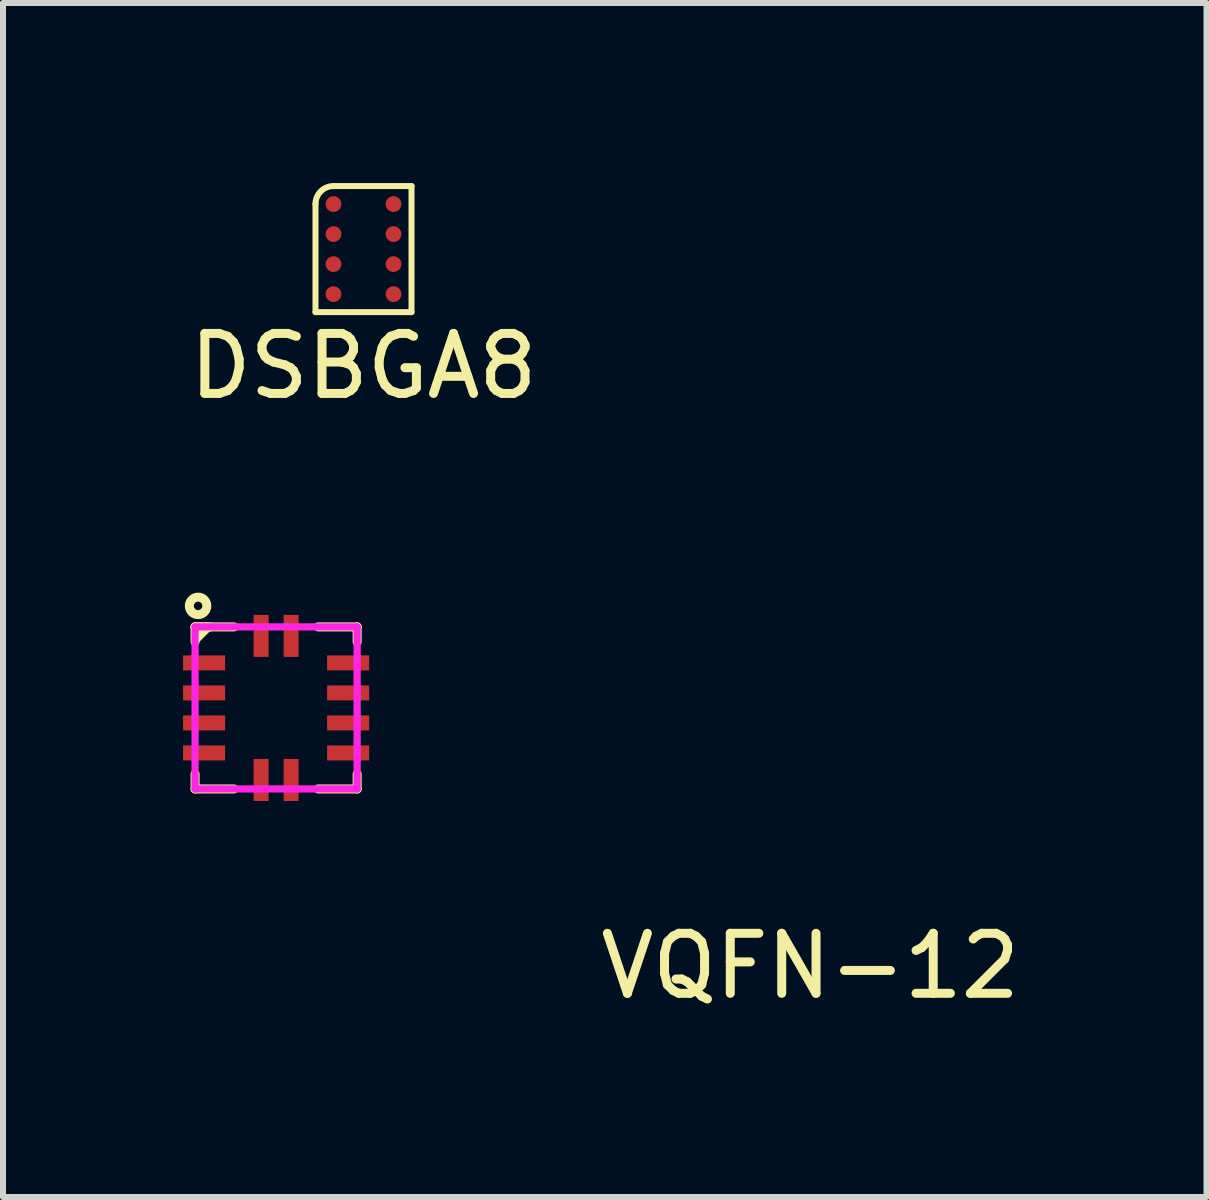
<source format=kicad_pcb>
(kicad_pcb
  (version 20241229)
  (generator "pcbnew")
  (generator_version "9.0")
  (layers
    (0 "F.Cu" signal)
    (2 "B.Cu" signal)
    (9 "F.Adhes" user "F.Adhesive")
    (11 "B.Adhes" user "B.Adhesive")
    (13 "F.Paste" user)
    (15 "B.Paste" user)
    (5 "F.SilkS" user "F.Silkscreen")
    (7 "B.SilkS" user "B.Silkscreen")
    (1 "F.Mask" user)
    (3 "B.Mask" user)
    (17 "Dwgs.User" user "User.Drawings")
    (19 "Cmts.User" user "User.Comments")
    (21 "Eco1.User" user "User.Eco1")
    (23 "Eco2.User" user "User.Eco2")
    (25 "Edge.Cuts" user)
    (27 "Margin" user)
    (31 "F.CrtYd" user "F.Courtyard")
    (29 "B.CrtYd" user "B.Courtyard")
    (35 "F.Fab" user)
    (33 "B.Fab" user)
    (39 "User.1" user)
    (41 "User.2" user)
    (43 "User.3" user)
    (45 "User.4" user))
  (footprint "DSBGA8"
    (layer "F.Cu")
    (at 3.006 1.15)
    (property "Reference" "DSBGA8" (at 0 1.9 0) (layer "F.SilkS") (effects (font (size 1 1) (thickness 0.15))))
    (attr through_hole)
    (fp_line (start -0.8 1) (end -0.8 -0.8) (stroke (width 0.1) (type solid)) (layer "F.SilkS"))
    (fp_line (start -0.5 -1.1) (end 0.8 -1.1) (stroke (width 0.1) (type solid)) (layer "F.SilkS"))
    (fp_line (start 0.8 -1.1) (end 0.8 1) (stroke (width 0.1) (type solid)) (layer "F.SilkS"))
    (fp_line (start 0.8 1) (end -0.8 1) (stroke (width 0.1) (type solid)) (layer "F.SilkS"))
    (fp_arc (start -0.8 -0.8) (mid -0.712132 -1.012132) (end -0.5 -1.1) (stroke (width 0.1) (type solid)) (layer "F.SilkS"))
    (pad "A1" smd circle (at -0.5 -0.8) (size 0.263 0.263) (layers "F.Cu" "F.Mask" "F.Paste"))
    (pad "A2" smd circle (at 0.5 -0.8) (size 0.263 0.263) (layers "F.Cu" "F.Mask" "F.Paste"))
    (pad "B1" smd circle (at -0.5 -0.3) (size 0.263 0.263) (layers "F.Cu" "F.Mask" "F.Paste"))
    (pad "B2" smd circle (at 0.5 -0.3) (size 0.263 0.263) (layers "F.Cu" "F.Mask" "F.Paste"))
    (pad "C1" smd circle (at -0.5 0.2) (size 0.263 0.263) (layers "F.Cu" "F.Mask" "F.Paste"))
    (pad "C2" smd circle (at 0.5 0.2) (size 0.263 0.263) (layers "F.Cu" "F.Mask" "F.Paste"))
    (pad "D1" smd circle (at -0.5 0.7) (size 0.263 0.263) (layers "F.Cu" "F.Mask" "F.Paste"))
    (pad "D2" smd circle (at 0.5 0.7) (size 0.263 0.263) (layers "F.Cu" "F.Mask" "F.Paste")))
  (footprint "VQFN-12"
    (layer "F.Cu")
    (at 1.55 8.744)
    (property "Reference" "VQFN-12" (at 8.9 4.3 0) (layer "F.SilkS") (effects (font (size 1 1) (thickness 0.15))))
    (attr smd)
    (fp_line (start -1.35 -1.35) (end -0.7 -1.35) (stroke (width 0.15) (type solid)) (layer "F.SilkS"))
    (fp_line (start -1.35 -1.1) (end -1.35 -1.35) (stroke (width 0.15) (type solid)) (layer "F.SilkS"))
    (fp_line (start -1.35 1.35) (end -1.35 1.1) (stroke (width 0.15) (type solid)) (layer "F.SilkS"))
    (fp_line (start -1.1 -1.35) (end -1.35 -1.35) (stroke (width 0.15) (type solid)) (layer "F.SilkS"))
    (fp_line (start -0.7 1.35) (end -1.35 1.35) (stroke (width 0.15) (type solid)) (layer "F.SilkS"))
    (fp_line (start 1.35 -1.35) (end 0.7 -1.35) (stroke (width 0.15) (type solid)) (layer "F.SilkS"))
    (fp_line (start 1.35 -1.1) (end 1.35 -1.35) (stroke (width 0.15) (type solid)) (layer "F.SilkS"))
    (fp_line (start 1.35 1.35) (end 0.7 1.35) (stroke (width 0.15) (type solid)) (layer "F.SilkS"))
    (fp_line (start 1.35 1.35) (end 1.35 1.1) (stroke (width 0.15) (type solid)) (layer "F.SilkS"))
    (fp_circle (center -1.3 -1.7) (end -1.25 -1.65) (stroke (width 0.15) (type solid)) (fill no) (layer "F.SilkS"))
    (fp_poly (pts (xy -1.35 -1.1) (xy -1.35 -1.35) (xy -1.1 -1.35)) (stroke (width 0.1) (type solid)) (fill yes) (layer "F.SilkS"))
    (fp_line (start -1.35 -1.35) (end 1.35 -1.35) (stroke (width 0.12) (type solid)) (layer "F.CrtYd"))
    (fp_line (start -1.35 1.35) (end -1.35 -1.35) (stroke (width 0.12) (type solid)) (layer "F.CrtYd"))
    (fp_line (start 1.35 -1.35) (end 1.35 1.35) (stroke (width 0.12) (type solid)) (layer "F.CrtYd"))
    (fp_line (start 1.35 1.35) (end -1.35 1.35) (stroke (width 0.12) (type solid)) (layer "F.CrtYd"))
    (pad "1" smd rect (at -1.2 -0.75) (size 0.7 0.25) (layers "F.Cu" "F.Mask" "F.Paste"))
    (pad "2" smd rect (at -1.2 -0.25) (size 0.7 0.25) (layers "F.Cu" "F.Mask" "F.Paste"))
    (pad "3" smd rect (at -1.2 0.25) (size 0.7 0.25) (layers "F.Cu" "F.Mask" "F.Paste"))
    (pad "4" smd rect (at -1.2 0.75) (size 0.7 0.25) (layers "F.Cu" "F.Mask" "F.Paste"))
    (pad "5" smd rect (at -0.25 1.2 270) (size 0.7 0.25) (layers "F.Cu" "F.Mask" "F.Paste"))
    (pad "6" smd rect (at 0.25 1.2 270) (size 0.7 0.25) (layers "F.Cu" "F.Mask" "F.Paste"))
    (pad "7" smd rect (at 1.2 0.75 180) (size 0.7 0.25) (layers "F.Cu" "F.Mask" "F.Paste"))
    (pad "8" smd rect (at 1.2 0.25 180) (size 0.7 0.25) (layers "F.Cu" "F.Mask" "F.Paste"))
    (pad "9" smd rect (at 1.2 -0.25 180) (size 0.7 0.25) (layers "F.Cu" "F.Mask" "F.Paste"))
    (pad "10" smd rect (at 1.2 -0.75 180) (size 0.7 0.25) (layers "F.Cu" "F.Mask" "F.Paste"))
    (pad "11" smd rect (at 0.25 -1.2 90) (size 0.7 0.25) (layers "F.Cu" "F.Mask" "F.Paste"))
    (pad "12" smd rect (at -0.25 -1.2 90) (size 0.7 0.25) (layers "F.Cu" "F.Mask" "F.Paste")))
  (gr_rect
    (start -3 -3)
    (end 17.051 16.892)
    (stroke (width 0.1) (type default))
    (fill no)
    (layer "Edge.Cuts")))
</source>
